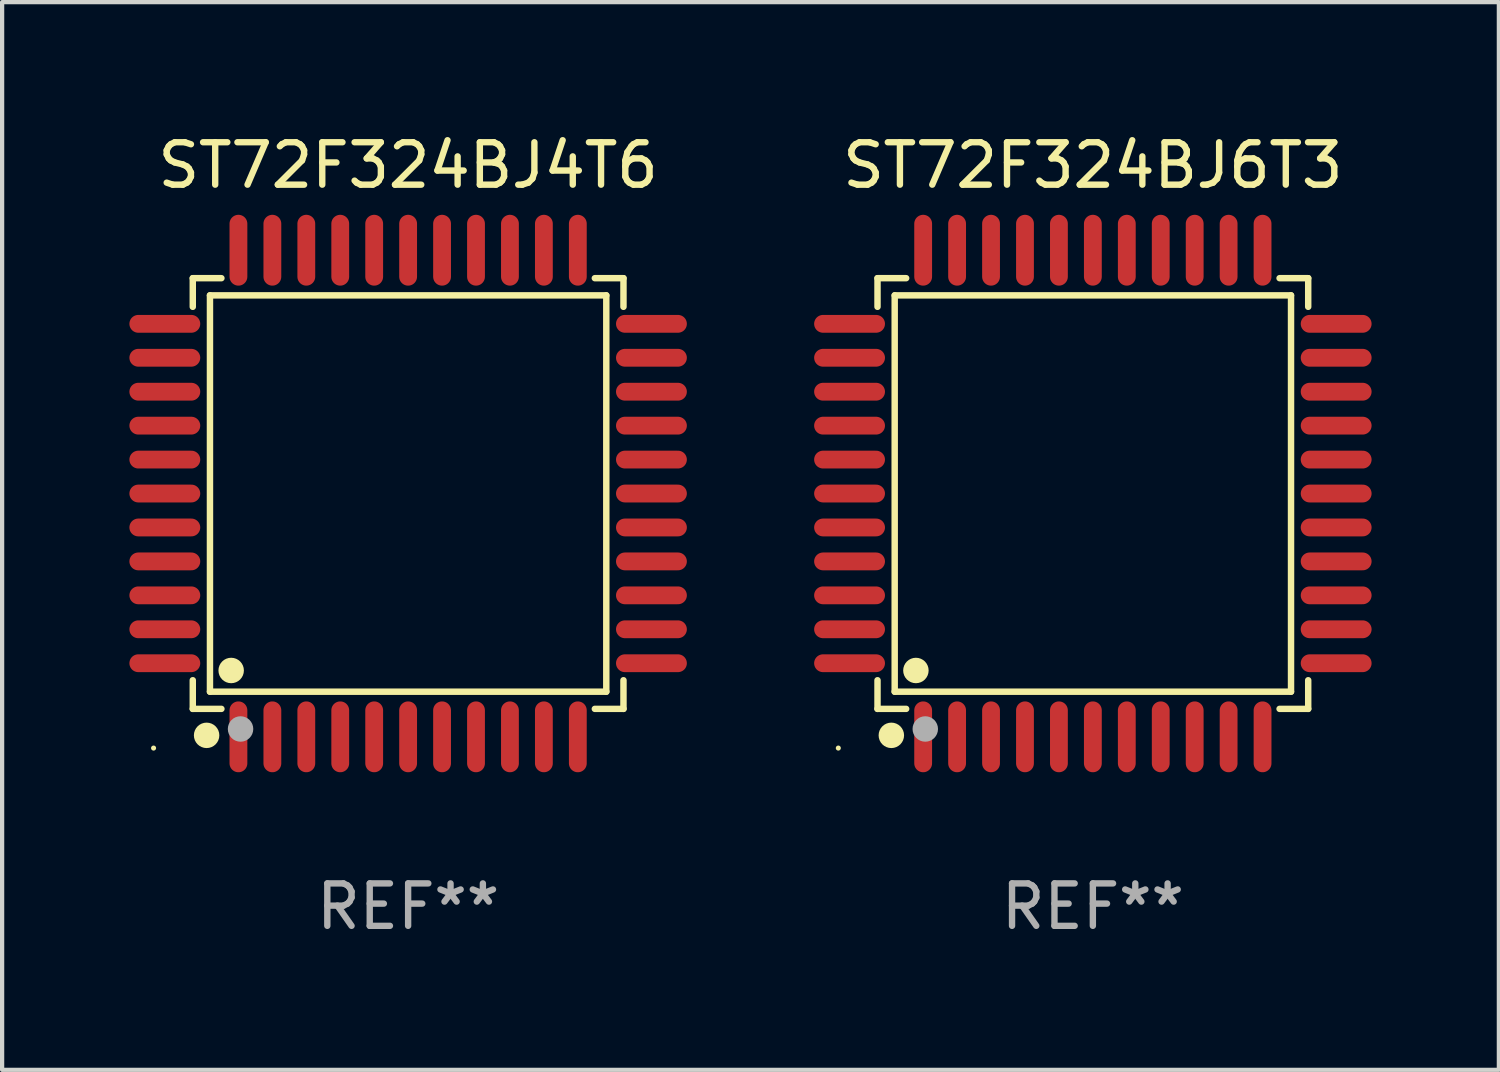
<source format=kicad_pcb>
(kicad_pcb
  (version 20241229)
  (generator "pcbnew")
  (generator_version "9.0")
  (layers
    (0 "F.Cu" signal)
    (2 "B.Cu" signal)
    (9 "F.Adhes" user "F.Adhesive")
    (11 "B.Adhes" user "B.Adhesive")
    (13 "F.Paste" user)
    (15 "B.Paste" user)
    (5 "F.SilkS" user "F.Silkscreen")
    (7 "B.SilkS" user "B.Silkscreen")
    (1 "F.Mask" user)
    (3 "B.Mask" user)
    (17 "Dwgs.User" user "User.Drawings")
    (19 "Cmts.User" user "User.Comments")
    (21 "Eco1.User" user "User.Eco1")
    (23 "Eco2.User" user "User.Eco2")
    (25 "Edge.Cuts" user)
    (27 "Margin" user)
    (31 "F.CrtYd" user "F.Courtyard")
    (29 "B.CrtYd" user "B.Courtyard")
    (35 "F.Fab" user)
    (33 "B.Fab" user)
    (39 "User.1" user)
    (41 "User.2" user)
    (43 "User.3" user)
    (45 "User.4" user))
  (footprint "ST72F324BJ4T6"
    (layer "F.Cu")
    (at 6.57 8.583)
    (property "Reference" "ST72F324BJ4T6" (at 0 -7.735 0) (layer "F.SilkS") (effects (font (size 1 1) (thickness 0.15))))
    (attr through_hole)
    (fp_line (start -5.076 -5.076) (end -4.401 -5.076) (stroke (width 0.152) (type solid)) (layer "F.SilkS"))
    (fp_line (start -5.076 -4.401) (end -5.076 -5.076) (stroke (width 0.152) (type solid)) (layer "F.SilkS"))
    (fp_line (start -5.076 4.401) (end -5.076 5.076) (stroke (width 0.152) (type solid)) (layer "F.SilkS"))
    (fp_line (start -5.076 5.076) (end -4.401 5.076) (stroke (width 0.152) (type solid)) (layer "F.SilkS"))
    (fp_line (start -4.671 -4.671) (end 4.671 -4.671) (stroke (width 0.152) (type solid)) (layer "F.SilkS"))
    (fp_line (start -4.671 4.671) (end -4.671 -4.671) (stroke (width 0.152) (type solid)) (layer "F.SilkS"))
    (fp_line (start 4.671 -4.671) (end 4.671 4.671) (stroke (width 0.152) (type solid)) (layer "F.SilkS"))
    (fp_line (start 4.671 4.671) (end -4.671 4.671) (stroke (width 0.152) (type solid)) (layer "F.SilkS"))
    (fp_line (start 5.076 -5.076) (end 4.401 -5.076) (stroke (width 0.152) (type solid)) (layer "F.SilkS"))
    (fp_line (start 5.076 -4.401) (end 5.076 -5.076) (stroke (width 0.152) (type solid)) (layer "F.SilkS"))
    (fp_line (start 5.076 4.401) (end 5.076 5.076) (stroke (width 0.152) (type solid)) (layer "F.SilkS"))
    (fp_line (start 5.076 5.076) (end 4.401 5.076) (stroke (width 0.152) (type solid)) (layer "F.SilkS"))
    (fp_circle (center -6 6) (end -5.97 6) (stroke (width 0.06) (type solid)) (fill no) (layer "F.SilkS"))
    (fp_circle (center -4.75 5.7) (end -4.6 5.7) (stroke (width 0.3) (type solid)) (fill no) (layer "F.SilkS"))
    (fp_circle (center -4.171 4.171) (end -4.021 4.171) (stroke (width 0.3) (type solid)) (fill no) (layer "F.SilkS"))
    (fp_circle (center -3.95 5.55) (end -3.8 5.55) (stroke (width 0.3) (type solid)) (fill no) (layer "F.Fab"))
    (fp_text user "REF**" (at 0 9.735 0) (layer "F.Fab") (effects (font (size 1 1) (thickness 0.15))))
    (pad "1" smd oval (at -4 5.735) (size 0.42 1.67) (layers "F.Cu" "F.Mask" "F.Paste"))
    (pad "2" smd oval (at -3.2 5.735) (size 0.42 1.67) (layers "F.Cu" "F.Mask" "F.Paste"))
    (pad "3" smd oval (at -2.4 5.735) (size 0.42 1.67) (layers "F.Cu" "F.Mask" "F.Paste"))
    (pad "4" smd oval (at -1.6 5.735) (size 0.42 1.67) (layers "F.Cu" "F.Mask" "F.Paste"))
    (pad "5" smd oval (at -0.8 5.735) (size 0.42 1.67) (layers "F.Cu" "F.Mask" "F.Paste"))
    (pad "6" smd oval (at 0 5.735) (size 0.42 1.67) (layers "F.Cu" "F.Mask" "F.Paste"))
    (pad "7" smd oval (at 0.8 5.735) (size 0.42 1.67) (layers "F.Cu" "F.Mask" "F.Paste"))
    (pad "8" smd oval (at 1.6 5.735) (size 0.42 1.67) (layers "F.Cu" "F.Mask" "F.Paste"))
    (pad "9" smd oval (at 2.4 5.735) (size 0.42 1.67) (layers "F.Cu" "F.Mask" "F.Paste"))
    (pad "10" smd oval (at 3.2 5.735) (size 0.42 1.67) (layers "F.Cu" "F.Mask" "F.Paste"))
    (pad "11" smd oval (at 4 5.735) (size 0.42 1.67) (layers "F.Cu" "F.Mask" "F.Paste"))
    (pad "12" smd oval (at 5.735 4) (size 1.67 0.42) (layers "F.Cu" "F.Mask" "F.Paste"))
    (pad "13" smd oval (at 5.735 3.2) (size 1.67 0.42) (layers "F.Cu" "F.Mask" "F.Paste"))
    (pad "14" smd oval (at 5.735 2.4) (size 1.67 0.42) (layers "F.Cu" "F.Mask" "F.Paste"))
    (pad "15" smd oval (at 5.735 1.6) (size 1.67 0.42) (layers "F.Cu" "F.Mask" "F.Paste"))
    (pad "16" smd oval (at 5.735 0.8) (size 1.67 0.42) (layers "F.Cu" "F.Mask" "F.Paste"))
    (pad "17" smd oval (at 5.735 0) (size 1.67 0.42) (layers "F.Cu" "F.Mask" "F.Paste"))
    (pad "18" smd oval (at 5.735 -0.8) (size 1.67 0.42) (layers "F.Cu" "F.Mask" "F.Paste"))
    (pad "19" smd oval (at 5.735 -1.6) (size 1.67 0.42) (layers "F.Cu" "F.Mask" "F.Paste"))
    (pad "20" smd oval (at 5.735 -2.4) (size 1.67 0.42) (layers "F.Cu" "F.Mask" "F.Paste"))
    (pad "21" smd oval (at 5.735 -3.2) (size 1.67 0.42) (layers "F.Cu" "F.Mask" "F.Paste"))
    (pad "22" smd oval (at 5.735 -4) (size 1.67 0.42) (layers "F.Cu" "F.Mask" "F.Paste"))
    (pad "23" smd oval (at 4 -5.735) (size 0.42 1.67) (layers "F.Cu" "F.Mask" "F.Paste"))
    (pad "24" smd oval (at 3.2 -5.735) (size 0.42 1.67) (layers "F.Cu" "F.Mask" "F.Paste"))
    (pad "25" smd oval (at 2.4 -5.735) (size 0.42 1.67) (layers "F.Cu" "F.Mask" "F.Paste"))
    (pad "26" smd oval (at 1.6 -5.735) (size 0.42 1.67) (layers "F.Cu" "F.Mask" "F.Paste"))
    (pad "27" smd oval (at 0.8 -5.735) (size 0.42 1.67) (layers "F.Cu" "F.Mask" "F.Paste"))
    (pad "28" smd oval (at 0 -5.735) (size 0.42 1.67) (layers "F.Cu" "F.Mask" "F.Paste"))
    (pad "29" smd oval (at -0.8 -5.735) (size 0.42 1.67) (layers "F.Cu" "F.Mask" "F.Paste"))
    (pad "30" smd oval (at -1.6 -5.735) (size 0.42 1.67) (layers "F.Cu" "F.Mask" "F.Paste"))
    (pad "31" smd oval (at -2.4 -5.735) (size 0.42 1.67) (layers "F.Cu" "F.Mask" "F.Paste"))
    (pad "32" smd oval (at -3.2 -5.735) (size 0.42 1.67) (layers "F.Cu" "F.Mask" "F.Paste"))
    (pad "33" smd oval (at -4 -5.735) (size 0.42 1.67) (layers "F.Cu" "F.Mask" "F.Paste"))
    (pad "34" smd oval (at -5.735 -4) (size 1.67 0.42) (layers "F.Cu" "F.Mask" "F.Paste"))
    (pad "35" smd oval (at -5.735 -3.2) (size 1.67 0.42) (layers "F.Cu" "F.Mask" "F.Paste"))
    (pad "36" smd oval (at -5.735 -2.4) (size 1.67 0.42) (layers "F.Cu" "F.Mask" "F.Paste"))
    (pad "37" smd oval (at -5.735 -1.6) (size 1.67 0.42) (layers "F.Cu" "F.Mask" "F.Paste"))
    (pad "38" smd oval (at -5.735 -0.8) (size 1.67 0.42) (layers "F.Cu" "F.Mask" "F.Paste"))
    (pad "39" smd oval (at -5.735 0) (size 1.67 0.42) (layers "F.Cu" "F.Mask" "F.Paste"))
    (pad "40" smd oval (at -5.735 0.8) (size 1.67 0.42) (layers "F.Cu" "F.Mask" "F.Paste"))
    (pad "41" smd oval (at -5.735 1.6) (size 1.67 0.42) (layers "F.Cu" "F.Mask" "F.Paste"))
    (pad "42" smd oval (at -5.735 2.4) (size 1.67 0.42) (layers "F.Cu" "F.Mask" "F.Paste"))
    (pad "43" smd oval (at -5.735 3.2) (size 1.67 0.42) (layers "F.Cu" "F.Mask" "F.Paste"))
    (pad "44" smd oval (at -5.735 4) (size 1.67 0.42) (layers "F.Cu" "F.Mask" "F.Paste")))
  (footprint "ST72F324BJ6T3"
    (layer "F.Cu")
    (at 22.71 8.583)
    (property "Reference" "ST72F324BJ6T3" (at 0 -7.735 0) (layer "F.SilkS") (effects (font (size 1 1) (thickness 0.15))))
    (attr through_hole)
    (fp_line (start -5.076 -5.076) (end -4.401 -5.076) (stroke (width 0.152) (type solid)) (layer "F.SilkS"))
    (fp_line (start -5.076 -4.401) (end -5.076 -5.076) (stroke (width 0.152) (type solid)) (layer "F.SilkS"))
    (fp_line (start -5.076 4.401) (end -5.076 5.076) (stroke (width 0.152) (type solid)) (layer "F.SilkS"))
    (fp_line (start -5.076 5.076) (end -4.401 5.076) (stroke (width 0.152) (type solid)) (layer "F.SilkS"))
    (fp_line (start -4.671 -4.671) (end 4.671 -4.671) (stroke (width 0.152) (type solid)) (layer "F.SilkS"))
    (fp_line (start -4.671 4.671) (end -4.671 -4.671) (stroke (width 0.152) (type solid)) (layer "F.SilkS"))
    (fp_line (start 4.671 -4.671) (end 4.671 4.671) (stroke (width 0.152) (type solid)) (layer "F.SilkS"))
    (fp_line (start 4.671 4.671) (end -4.671 4.671) (stroke (width 0.152) (type solid)) (layer "F.SilkS"))
    (fp_line (start 5.076 -5.076) (end 4.401 -5.076) (stroke (width 0.152) (type solid)) (layer "F.SilkS"))
    (fp_line (start 5.076 -4.401) (end 5.076 -5.076) (stroke (width 0.152) (type solid)) (layer "F.SilkS"))
    (fp_line (start 5.076 4.401) (end 5.076 5.076) (stroke (width 0.152) (type solid)) (layer "F.SilkS"))
    (fp_line (start 5.076 5.076) (end 4.401 5.076) (stroke (width 0.152) (type solid)) (layer "F.SilkS"))
    (fp_circle (center -6 6) (end -5.97 6) (stroke (width 0.06) (type solid)) (fill no) (layer "F.SilkS"))
    (fp_circle (center -4.75 5.7) (end -4.6 5.7) (stroke (width 0.3) (type solid)) (fill no) (layer "F.SilkS"))
    (fp_circle (center -4.171 4.171) (end -4.021 4.171) (stroke (width 0.3) (type solid)) (fill no) (layer "F.SilkS"))
    (fp_circle (center -3.95 5.55) (end -3.8 5.55) (stroke (width 0.3) (type solid)) (fill no) (layer "F.Fab"))
    (fp_text user "REF**" (at 0 9.735 0) (layer "F.Fab") (effects (font (size 1 1) (thickness 0.15))))
    (pad "1" smd oval (at -4 5.735) (size 0.42 1.67) (layers "F.Cu" "F.Mask" "F.Paste"))
    (pad "2" smd oval (at -3.2 5.735) (size 0.42 1.67) (layers "F.Cu" "F.Mask" "F.Paste"))
    (pad "3" smd oval (at -2.4 5.735) (size 0.42 1.67) (layers "F.Cu" "F.Mask" "F.Paste"))
    (pad "4" smd oval (at -1.6 5.735) (size 0.42 1.67) (layers "F.Cu" "F.Mask" "F.Paste"))
    (pad "5" smd oval (at -0.8 5.735) (size 0.42 1.67) (layers "F.Cu" "F.Mask" "F.Paste"))
    (pad "6" smd oval (at 0 5.735) (size 0.42 1.67) (layers "F.Cu" "F.Mask" "F.Paste"))
    (pad "7" smd oval (at 0.8 5.735) (size 0.42 1.67) (layers "F.Cu" "F.Mask" "F.Paste"))
    (pad "8" smd oval (at 1.6 5.735) (size 0.42 1.67) (layers "F.Cu" "F.Mask" "F.Paste"))
    (pad "9" smd oval (at 2.4 5.735) (size 0.42 1.67) (layers "F.Cu" "F.Mask" "F.Paste"))
    (pad "10" smd oval (at 3.2 5.735) (size 0.42 1.67) (layers "F.Cu" "F.Mask" "F.Paste"))
    (pad "11" smd oval (at 4 5.735) (size 0.42 1.67) (layers "F.Cu" "F.Mask" "F.Paste"))
    (pad "12" smd oval (at 5.735 4) (size 1.67 0.42) (layers "F.Cu" "F.Mask" "F.Paste"))
    (pad "13" smd oval (at 5.735 3.2) (size 1.67 0.42) (layers "F.Cu" "F.Mask" "F.Paste"))
    (pad "14" smd oval (at 5.735 2.4) (size 1.67 0.42) (layers "F.Cu" "F.Mask" "F.Paste"))
    (pad "15" smd oval (at 5.735 1.6) (size 1.67 0.42) (layers "F.Cu" "F.Mask" "F.Paste"))
    (pad "16" smd oval (at 5.735 0.8) (size 1.67 0.42) (layers "F.Cu" "F.Mask" "F.Paste"))
    (pad "17" smd oval (at 5.735 0) (size 1.67 0.42) (layers "F.Cu" "F.Mask" "F.Paste"))
    (pad "18" smd oval (at 5.735 -0.8) (size 1.67 0.42) (layers "F.Cu" "F.Mask" "F.Paste"))
    (pad "19" smd oval (at 5.735 -1.6) (size 1.67 0.42) (layers "F.Cu" "F.Mask" "F.Paste"))
    (pad "20" smd oval (at 5.735 -2.4) (size 1.67 0.42) (layers "F.Cu" "F.Mask" "F.Paste"))
    (pad "21" smd oval (at 5.735 -3.2) (size 1.67 0.42) (layers "F.Cu" "F.Mask" "F.Paste"))
    (pad "22" smd oval (at 5.735 -4) (size 1.67 0.42) (layers "F.Cu" "F.Mask" "F.Paste"))
    (pad "23" smd oval (at 4 -5.735) (size 0.42 1.67) (layers "F.Cu" "F.Mask" "F.Paste"))
    (pad "24" smd oval (at 3.2 -5.735) (size 0.42 1.67) (layers "F.Cu" "F.Mask" "F.Paste"))
    (pad "25" smd oval (at 2.4 -5.735) (size 0.42 1.67) (layers "F.Cu" "F.Mask" "F.Paste"))
    (pad "26" smd oval (at 1.6 -5.735) (size 0.42 1.67) (layers "F.Cu" "F.Mask" "F.Paste"))
    (pad "27" smd oval (at 0.8 -5.735) (size 0.42 1.67) (layers "F.Cu" "F.Mask" "F.Paste"))
    (pad "28" smd oval (at 0 -5.735) (size 0.42 1.67) (layers "F.Cu" "F.Mask" "F.Paste"))
    (pad "29" smd oval (at -0.8 -5.735) (size 0.42 1.67) (layers "F.Cu" "F.Mask" "F.Paste"))
    (pad "30" smd oval (at -1.6 -5.735) (size 0.42 1.67) (layers "F.Cu" "F.Mask" "F.Paste"))
    (pad "31" smd oval (at -2.4 -5.735) (size 0.42 1.67) (layers "F.Cu" "F.Mask" "F.Paste"))
    (pad "32" smd oval (at -3.2 -5.735) (size 0.42 1.67) (layers "F.Cu" "F.Mask" "F.Paste"))
    (pad "33" smd oval (at -4 -5.735) (size 0.42 1.67) (layers "F.Cu" "F.Mask" "F.Paste"))
    (pad "34" smd oval (at -5.735 -4) (size 1.67 0.42) (layers "F.Cu" "F.Mask" "F.Paste"))
    (pad "35" smd oval (at -5.735 -3.2) (size 1.67 0.42) (layers "F.Cu" "F.Mask" "F.Paste"))
    (pad "36" smd oval (at -5.735 -2.4) (size 1.67 0.42) (layers "F.Cu" "F.Mask" "F.Paste"))
    (pad "37" smd oval (at -5.735 -1.6) (size 1.67 0.42) (layers "F.Cu" "F.Mask" "F.Paste"))
    (pad "38" smd oval (at -5.735 -0.8) (size 1.67 0.42) (layers "F.Cu" "F.Mask" "F.Paste"))
    (pad "39" smd oval (at -5.735 0) (size 1.67 0.42) (layers "F.Cu" "F.Mask" "F.Paste"))
    (pad "40" smd oval (at -5.735 0.8) (size 1.67 0.42) (layers "F.Cu" "F.Mask" "F.Paste"))
    (pad "41" smd oval (at -5.735 1.6) (size 1.67 0.42) (layers "F.Cu" "F.Mask" "F.Paste"))
    (pad "42" smd oval (at -5.735 2.4) (size 1.67 0.42) (layers "F.Cu" "F.Mask" "F.Paste"))
    (pad "43" smd oval (at -5.735 3.2) (size 1.67 0.42) (layers "F.Cu" "F.Mask" "F.Paste"))
    (pad "44" smd oval (at -5.735 4) (size 1.67 0.42) (layers "F.Cu" "F.Mask" "F.Paste")))
  (gr_rect
    (start -3 -3)
    (end 32.28 22.167)
    (stroke (width 0.1) (type default))
    (fill no)
    (layer "Edge.Cuts")))
</source>
